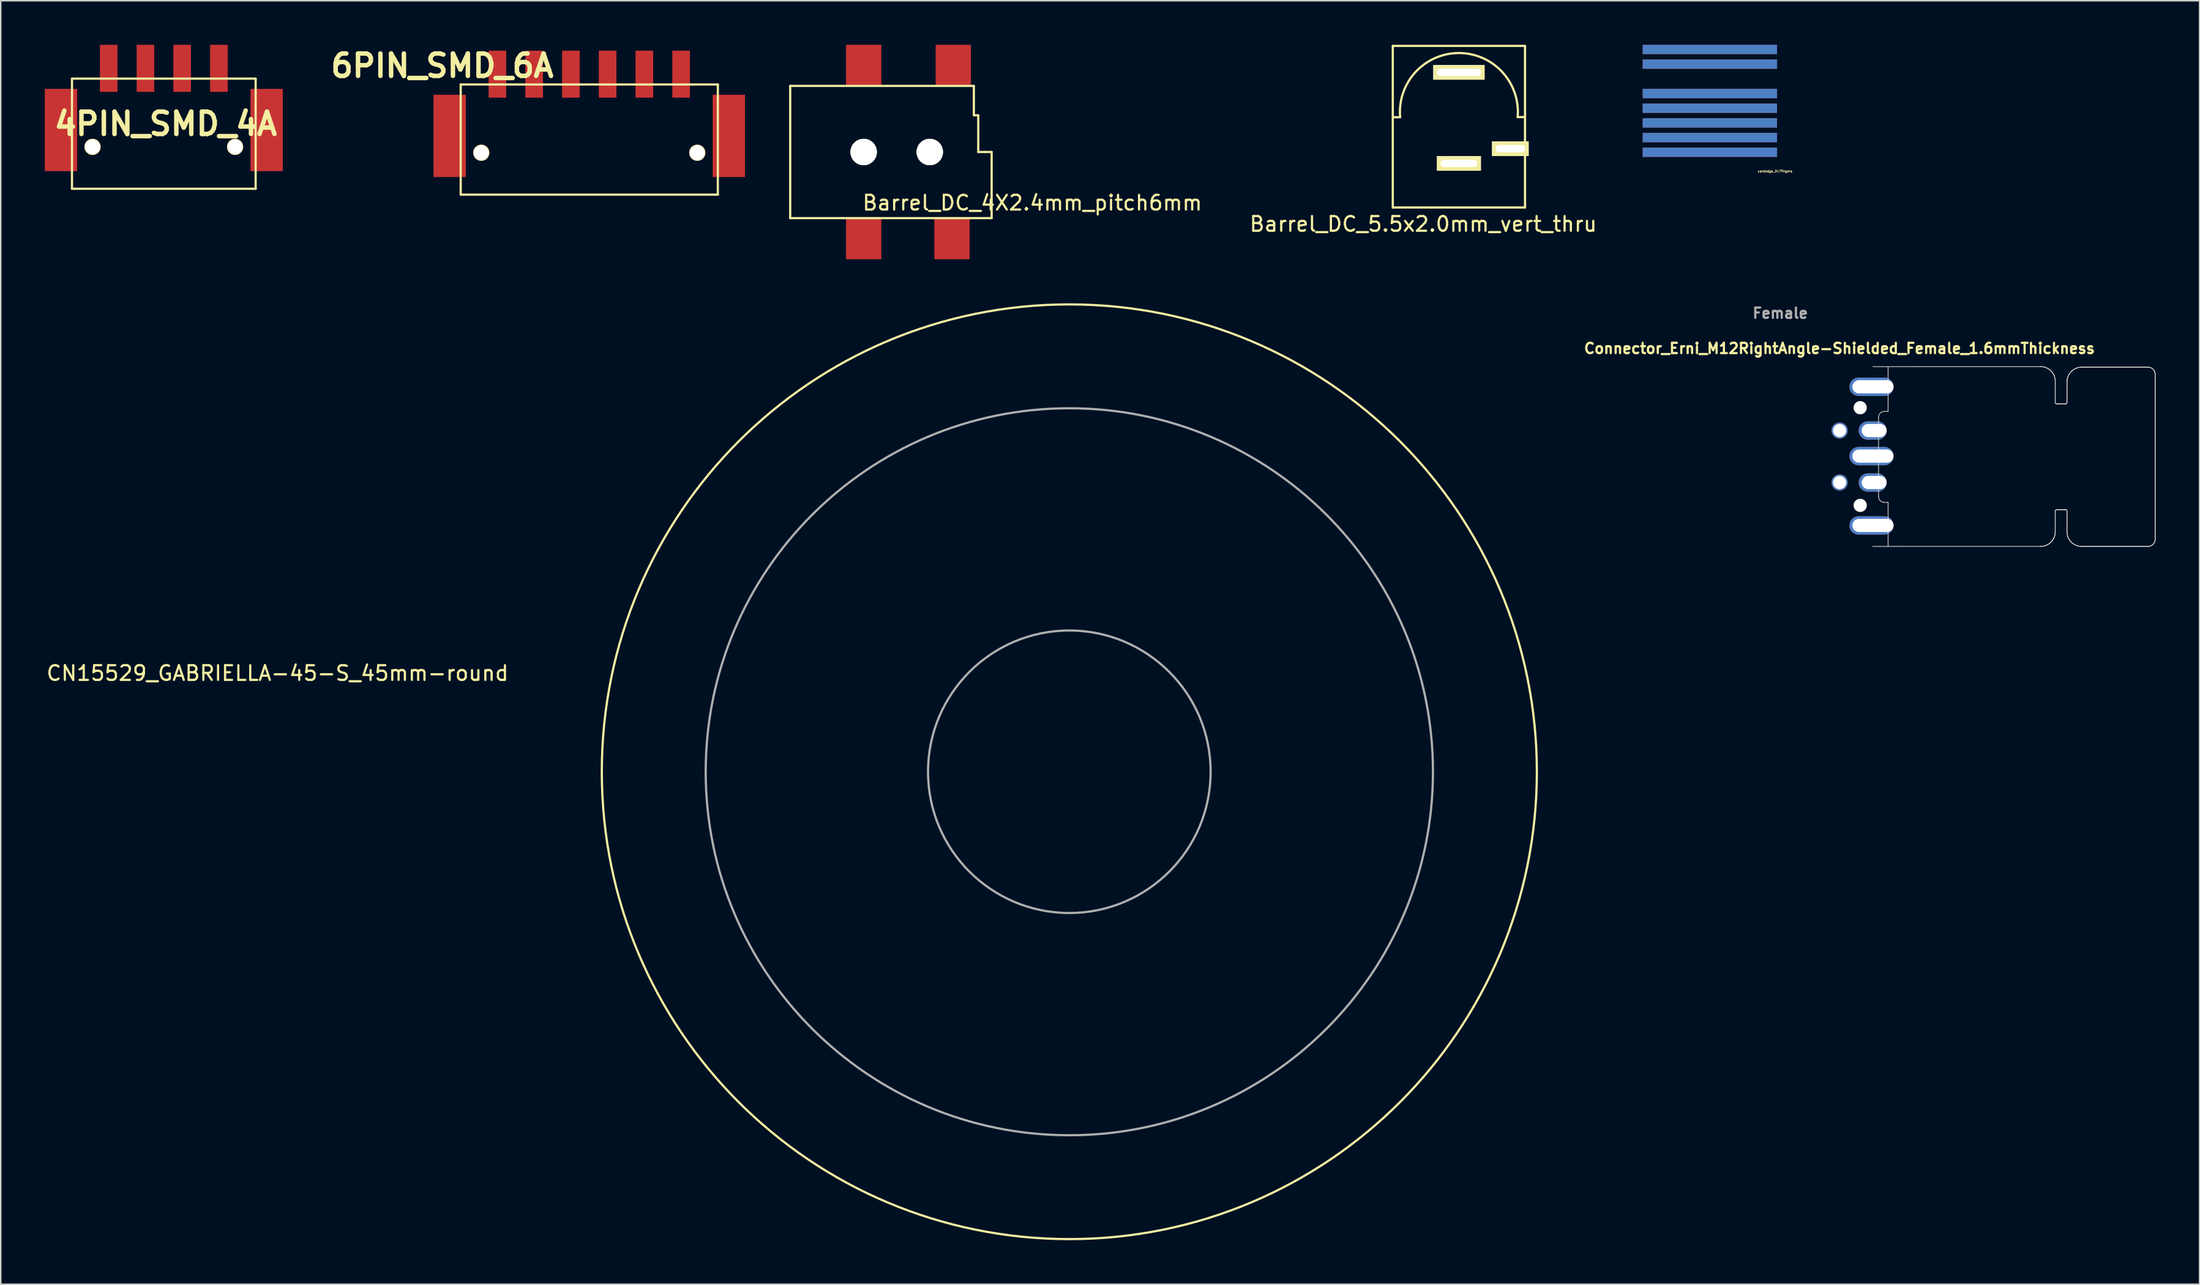
<source format=kicad_pcb>
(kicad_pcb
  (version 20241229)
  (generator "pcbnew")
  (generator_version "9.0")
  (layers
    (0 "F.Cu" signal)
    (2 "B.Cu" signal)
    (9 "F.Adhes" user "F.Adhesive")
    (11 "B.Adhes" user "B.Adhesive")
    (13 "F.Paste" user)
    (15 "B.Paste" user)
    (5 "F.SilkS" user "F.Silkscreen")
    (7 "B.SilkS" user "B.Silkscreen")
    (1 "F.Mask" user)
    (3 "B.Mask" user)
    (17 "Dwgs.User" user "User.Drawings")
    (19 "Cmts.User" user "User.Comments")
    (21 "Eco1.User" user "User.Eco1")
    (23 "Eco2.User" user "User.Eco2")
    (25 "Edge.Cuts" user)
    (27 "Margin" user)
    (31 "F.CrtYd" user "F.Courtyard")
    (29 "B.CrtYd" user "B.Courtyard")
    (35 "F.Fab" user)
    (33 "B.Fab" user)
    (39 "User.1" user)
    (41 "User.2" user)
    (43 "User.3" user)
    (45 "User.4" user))
  (footprint "CN15529_GABRIELLA-45-S_45mm-round"
    (layer "F.Cu")
    (at 69.729 49.495)
    (property "Reference" "CN15529_GABRIELLA-45-S_45mm-round" (at -53.89 -6.71 0) (layer "F.SilkS") (effects (font (size 1 1) (thickness 0.15))))
    (attr through_hole)
    (fp_circle (center 0 0) (end 22.5 22.5) (stroke (width 0.15) (type solid)) (fill no) (layer "F.SilkS"))
    (fp_circle (center 0 0) (end 6.8 6.8) (stroke (width 0.15) (type solid)) (fill no) (layer "F.Fab"))
    (fp_circle (center 0 0) (end 17.5 17.5) (stroke (width 0.15) (type solid)) (fill no) (layer "F.Fab")))
  (footprint "cardedge_2x7fingers"
    (layer "F.Cu")
    (at 113.268 3.818)
    (property "Reference" "cardedge_2x7fingers" (at 4.493 4.79 0) (layer "F.SilkS") (effects (font (size 0.152 0.152) (thickness 0.03))))
    (attr through_hole)
    (pad "1" smd rect (at 0.056 -3.5) (size 9.144 0.635) (layers "*.Cu" "*.Paste" "*.Mask"))
    (pad "2" smd rect (at 0.056 -2.502) (size 9.144 0.635) (layers "*.Cu" "*.Paste" "*.Mask"))
    (pad "3" smd rect (at 0.056 -0.5) (size 9.144 0.635) (layers "*.Cu" "*.Paste" "*.Mask"))
    (pad "4" smd rect (at 0.056 0.5) (size 9.144 0.635) (layers "*.Cu" "*.Paste" "*.Mask"))
    (pad "5" smd rect (at 0.056 1.501) (size 9.144 0.635) (layers "*.Cu" "*.Paste" "*.Mask"))
    (pad "6" smd rect (at 0.056 2.499) (size 9.144 0.635) (layers "*.Cu" "*.Paste" "*.Mask"))
    (pad "7" smd rect (at 0.056 3.5) (size 9.144 0.635) (layers "*.Cu" "*.Paste" "*.Mask")))
  (footprint "Barrel_DC_5.5x2.0mm_vert_thru"
    (layer "F.Cu")
    (at 96.243 5.575)
    (property "Reference" "Barrel_DC_5.5x2.0mm_vert_thru" (at -2.426 6.629 0) (layer "F.SilkS") (effects (font (size 1 1) (thickness 0.15))))
    (attr through_hole)
    (fp_line (start -4.5 -5.5) (end -4.5 5.5) (stroke (width 0.15) (type solid)) (layer "F.SilkS"))
    (fp_line (start -4.5 -5.5) (end 4.5 -5.5) (stroke (width 0.15) (type solid)) (layer "F.SilkS"))
    (fp_line (start -4.5 5.5) (end 4.5 5.5) (stroke (width 0.15) (type solid)) (layer "F.SilkS"))
    (fp_line (start -4.488 -0.645) (end -3.998 -0.645) (stroke (width 0.15) (type solid)) (layer "F.SilkS"))
    (fp_line (start 4 -0.655) (end 4.491 -0.655) (stroke (width 0.15) (type solid)) (layer "F.SilkS"))
    (fp_line (start 4.5 -5.5) (end 4.5 5.5) (stroke (width 0.15) (type solid)) (layer "F.SilkS"))
    (fp_arc (start -4 -0.65) (mid -0.000045 -5.015283) (end 4.000008 -0.65009) (stroke (width 0.15) (type solid)) (layer "F.SilkS"))
    (pad "1" thru_hole rect (at 0 -3.7) (size 3.5 1) (drill oval 3 0.5) (layers "*.Cu" "*.Mask" "F.SilkS"))
    (pad "2" thru_hole rect (at 0 2.5) (size 3 1) (drill oval 2.5 0.5) (layers "*.Cu" "*.Mask" "F.SilkS"))
    (pad "3" thru_hole rect (at 3.5 1.5) (size 2.5 1) (drill oval 2 0.5) (layers "*.Cu" "*.Mask" "F.SilkS")))
  (footprint "Connector_Erni_M12RightAngle-Shielded_Female_1.6mmThickness"
    (layer "F.Cu")
    (at 124.805 28.003)
    (property "Reference" "Connector_Erni_M12RightAngle-Shielded_Female_1.6mmThickness" (at -2.659 -7.329 0) (layer "F.SilkS") (effects (font (size 0.7 0.7) (thickness 0.15))))
    (attr through_hole)
    (fp_line (start 0.64 -4.02) (end 0.62 -4.02) (stroke (width 0.01) (type solid)) (layer "F.Paste"))
    (fp_poly (pts (xy -2.77 -2.35) (xy -3.02 -1.77) (xy -2.77 -1.15) (xy -3.297 -1.15) (xy -3.3 -2.35)) (stroke (width 0.001) (type solid)) (fill yes) (layer "F.Paste"))
    (fp_poly (pts (xy -2.74 1.2) (xy -2.98 1.8) (xy -2.74 2.4) (xy -3.31 2.4) (xy -3.31 1.2)) (stroke (width 0.001) (type solid)) (fill yes) (layer "F.Paste"))
    (fp_poly (pts (xy -2.54 2.4) (xy -2.3 1.8) (xy -2.54 1.2) (xy -1.97 1.2) (xy -1.97 2.4)) (stroke (width 0.001) (type solid)) (fill yes) (layer "F.Paste"))
    (fp_poly (pts (xy -2.53 -1.15) (xy -2.29 -1.75) (xy -2.53 -2.35) (xy -1.96 -2.35) (xy -1.96 -1.15)) (stroke (width 0.001) (type solid)) (fill yes) (layer "F.Paste"))
    (fp_poly (pts (xy -2.16 -5.68) (xy -2.16 -4.02) (xy 0.62 -4.02) (xy 0.07 -4.85) (xy 0.62 -5.68)) (stroke (width 0.001) (type solid)) (fill yes) (layer "F.Paste"))
    (fp_poly (pts (xy -2.15 4.04) (xy -2.15 5.7) (xy 0.63 5.7) (xy 0.1 4.87) (xy 0.63 4.04)) (stroke (width 0.001) (type solid)) (fill yes) (layer "F.Paste"))
    (fp_poly (pts (xy -0.24 -0.71) (xy -0.82 -0.02) (xy -0.24 0.67) (xy -2.06 0.67) (xy -2.058 -0.71)) (stroke (width 0.001) (type solid)) (fill yes) (layer "F.Paste"))
    (fp_poly (pts (xy -0.04 -2.41) (xy -0.76 -1.77) (xy -0.04 -1.07) (xy -1.47 -1.07) (xy -1.47 -2.41)) (stroke (width 0.001) (type solid)) (fill yes) (layer "F.Paste"))
    (fp_poly (pts (xy -0.03 1.11) (xy -0.77 1.8) (xy -0.03 2.47) (xy -1.47 2.47) (xy -1.47 1.11)) (stroke (width 0.001) (type solid)) (fill yes) (layer "F.Paste"))
    (fp_line (start -0.4 6.15) (end 11.033 6.148) (stroke (width 0.05) (type solid)) (layer "Edge.Cuts"))
    (fp_line (start 0 -2.645) (end 0 -2.3) (stroke (width 0.05) (type solid)) (layer "Edge.Cuts"))
    (fp_line (start 0 -2.3) (end 0 2.754) (stroke (width 0.05) (type solid)) (layer "Edge.Cuts"))
    (fp_line (start 0.401 3.154) (end 0.65 3.154) (stroke (width 0.05) (type solid)) (layer "Edge.Cuts"))
    (fp_line (start 0.65 -6.08) (end 0.65 -3.046) (stroke (width 0.05) (type solid)) (layer "Edge.Cuts"))
    (fp_line (start 0.65 -3.046) (end 0.401 -3.046) (stroke (width 0.05) (type solid)) (layer "Edge.Cuts"))
    (fp_line (start 0.65 3.154) (end 0.65 6.15) (stroke (width 0.05) (type solid)) (layer "Edge.Cuts"))
    (fp_line (start 11.033 -6.092) (end -0.38 -6.09) (stroke (width 0.05) (type solid)) (layer "Edge.Cuts"))
    (fp_line (start 12.025 -3.652) (end 12.025 -5.06) (stroke (width 0.05) (type solid)) (layer "Edge.Cuts"))
    (fp_line (start 12.025 -3.652) (end 12.025 -5.06) (stroke (width 0.05) (type solid)) (layer "Edge.Cuts"))
    (fp_line (start 12.025 5.156) (end 12.025 3.748) (stroke (width 0.05) (type solid)) (layer "Edge.Cuts"))
    (fp_line (start 12.025 5.156) (end 12.025 3.748) (stroke (width 0.05) (type solid)) (layer "Edge.Cuts"))
    (fp_line (start 12.125 3.648) (end 12.725 3.648) (stroke (width 0.05) (type solid)) (layer "Edge.Cuts"))
    (fp_line (start 12.125 3.648) (end 12.725 3.648) (stroke (width 0.05) (type solid)) (layer "Edge.Cuts"))
    (fp_line (start 12.725 -3.553) (end 12.125 -3.553) (stroke (width 0.05) (type solid)) (layer "Edge.Cuts"))
    (fp_line (start 12.725 -3.553) (end 12.125 -3.553) (stroke (width 0.05) (type solid)) (layer "Edge.Cuts"))
    (fp_line (start 12.825 3.748) (end 12.825 5.156) (stroke (width 0.05) (type solid)) (layer "Edge.Cuts"))
    (fp_line (start 12.825 3.752) (end 12.825 5.156) (stroke (width 0.05) (type solid)) (layer "Edge.Cuts"))
    (fp_line (start 12.825 -5.042) (end 12.825 -3.652) (stroke (width 0.05) (type solid)) (layer "Edge.Cuts"))
    (fp_line (start 12.825 -5.069) (end 12.825 -3.652) (stroke (width 0.05) (type solid)) (layer "Edge.Cuts"))
    (fp_line (start 13.832 6.149) (end 18.338 6.148) (stroke (width 0.05) (type solid)) (layer "Edge.Cuts"))
    (fp_line (start 13.832 6.149) (end 18.338 6.148) (stroke (width 0.05) (type solid)) (layer "Edge.Cuts"))
    (fp_line (start 18.344 -6.053) (end 13.823 -6.053) (stroke (width 0.05) (type solid)) (layer "Edge.Cuts"))
    (fp_line (start 18.344 -6.053) (end 13.823 -6.053) (stroke (width 0.05) (type solid)) (layer "Edge.Cuts"))
    (fp_line (start 18.825 5.667) (end 18.825 -5.572) (stroke (width 0.05) (type solid)) (layer "Edge.Cuts"))
    (fp_line (start 18.825 5.667) (end 18.825 -5.572) (stroke (width 0.05) (type solid)) (layer "Edge.Cuts"))
    (fp_arc (start 0 -2.6452) (mid 0.117335 -2.928428) (end 0.400589 -3.0457) (stroke (width 0.05) (type solid)) (layer "Edge.Cuts"))
    (fp_arc (start 0.4006 3.1543) (mid 0.117333 3.036967) (end 0 2.7537) (stroke (width 0.05) (type solid)) (layer "Edge.Cuts"))
    (fp_arc (start 11.033494 -6.092133) (mid 11.749212 -5.787362) (end 12.025494 -5.060172) (stroke (width 0.05) (type solid)) (layer "Edge.Cuts"))
    (fp_arc (start 11.033494 -6.092133) (mid 11.749212 -5.787362) (end 12.025494 -5.060172) (stroke (width 0.05) (type solid)) (layer "Edge.Cuts"))
    (fp_arc (start 12.025493 5.156128) (mid 11.734943 5.857577) (end 11.033494 6.148127) (stroke (width 0.05) (type solid)) (layer "Edge.Cuts"))
    (fp_arc (start 12.025493 5.156128) (mid 11.734943 5.857577) (end 11.033494 6.148127) (stroke (width 0.05) (type solid)) (layer "Edge.Cuts"))
    (fp_arc (start 12.025494 3.747828) (mid 12.054666 3.6774) (end 12.125094 3.648228) (stroke (width 0.05) (type solid)) (layer "Edge.Cuts"))
    (fp_arc (start 12.025494 3.747828) (mid 12.054666 3.6774) (end 12.125094 3.648228) (stroke (width 0.05) (type solid)) (layer "Edge.Cuts"))
    (fp_arc (start 12.125094 -3.552572) (mid 12.054666 -3.581744) (end 12.025494 -3.652172) (stroke (width 0.05) (type solid)) (layer "Edge.Cuts"))
    (fp_arc (start 12.125094 -3.552572) (mid 12.054666 -3.581744) (end 12.025494 -3.652172) (stroke (width 0.05) (type solid)) (layer "Edge.Cuts"))
    (fp_arc (start 12.725195 3.648228) (mid 12.797176 3.678988) (end 12.824696 3.752269) (stroke (width 0.05) (type solid)) (layer "Edge.Cuts"))
    (fp_arc (start 12.725195 3.648228) (mid 12.797176 3.678988) (end 12.824696 3.752269) (stroke (width 0.05) (type solid)) (layer "Edge.Cuts"))
    (fp_arc (start 12.824694 -3.652172) (mid 12.795522 -3.581744) (end 12.725094 -3.552572) (stroke (width 0.05) (type solid)) (layer "Edge.Cuts"))
    (fp_arc (start 12.824694 -3.652172) (mid 12.795522 -3.581744) (end 12.725094 -3.552572) (stroke (width 0.05) (type solid)) (layer "Edge.Cuts"))
    (fp_arc (start 12.824991 -5.041804) (mid 13.11256 -5.756226) (end 13.823094 -6.053272) (stroke (width 0.05) (type solid)) (layer "Edge.Cuts"))
    (fp_arc (start 12.824991 -5.041804) (mid 13.112602 -5.756269) (end 13.823215 -6.053272) (stroke (width 0.05) (type solid)) (layer "Edge.Cuts"))
    (fp_arc (start 13.831594 6.149427) (mid 13.120753 5.8633) (end 12.825194 5.156328) (stroke (width 0.05) (type solid)) (layer "Edge.Cuts"))
    (fp_arc (start 13.831594 6.149427) (mid 13.120753 5.8633) (end 12.825194 5.156328) (stroke (width 0.05) (type solid)) (layer "Edge.Cuts"))
    (fp_arc (start 18.344494 -6.052572) (mid 18.684607 -5.911755) (end 18.825495 -5.571672) (stroke (width 0.05) (type solid)) (layer "Edge.Cuts"))
    (fp_arc (start 18.344494 -6.052572) (mid 18.684607 -5.911755) (end 18.825495 -5.571672) (stroke (width 0.05) (type solid)) (layer "Edge.Cuts"))
    (fp_arc (start 18.825496 5.667127) (mid 18.682206 6.009688) (end 18.337658 6.14813) (stroke (width 0.05) (type solid)) (layer "Edge.Cuts"))
    (fp_arc (start 18.825496 5.667228) (mid 18.68217 6.009723) (end 18.337658 6.14813) (stroke (width 0.05) (type solid)) (layer "Edge.Cuts"))
    (fp_text user "Female" (at -6.69 -9.73 0) (layer "F.Fab") (effects (font (size 0.7 0.7) (thickness 0.15))))
    (pad "" np_thru_hole circle (at -1.25 -3.294) (size 0.9 0.9) (drill 0.9) (layers "*.Cu" "*.Mask"))
    (pad "" np_thru_hole circle (at -1.25 3.356) (size 0.9 0.9) (drill 0.9) (layers "*.Cu" "*.Mask"))
    (pad "1" thru_hole oval (at -0.3 1.8) (size 1.9 1.25) (drill oval 1.7 0.9 (offset -0.1 0)) (layers "*.Cu" "*.Mask"))
    (pad "2" thru_hole oval (at -0.3 -1.74) (size 1.9 1.25) (drill oval 1.7 0.9 (offset -0.1 0)) (layers "*.Cu" "*.Mask"))
    (pad "3" thru_hole circle (at -2.65 -1.739) (size 1.1 1.1) (drill 0.9) (layers "*.Cu" "*.Mask"))
    (pad "4" thru_hole circle (at -2.65 1.801) (size 1.1 1.1) (drill 0.9) (layers "*.Cu" "*.Mask"))
    (pad "5" thru_hole oval (at -0.38 -4.72) (size 3 1.25) (drill oval 2.8 0.9 (offset -0.1 0)) (layers "*.Cu" "*.Mask"))
    (pad "5" thru_hole oval (at -0.38 0) (size 3 1.25) (drill oval 2.8 0.9 (offset -0.1 0)) (layers "*.Cu" "*.Mask"))
    (pad "5" thru_hole oval (at -0.38 4.72) (size 3 1.25) (drill oval 2.8 0.9 (offset -0.1 0)) (layers "*.Cu" "*.Mask")))
  (footprint "Barrel_DC_4X2.4mm_pitch6mm"
    (layer "F.Cu")
    (at 55.731 7.3)
    (property "Reference" "Barrel_DC_4X2.4mm_pitch6mm" (at 11.48 3.46 0) (layer "F.SilkS") (effects (font (size 1 1) (thickness 0.15))))
    (attr through_hole)
    (fp_line (start -5 -4.5) (end -5 4.5) (stroke (width 0.15) (type solid)) (layer "F.SilkS"))
    (fp_line (start -5 -4.5) (end 7.5 -4.5) (stroke (width 0.15) (type solid)) (layer "F.SilkS"))
    (fp_line (start -5 4.5) (end 8.71 4.5) (stroke (width 0.15) (type solid)) (layer "F.SilkS"))
    (fp_line (start 7.5 -4.5) (end 7.5 -2.5) (stroke (width 0.15) (type solid)) (layer "F.SilkS"))
    (fp_line (start 7.5 -2.5) (end 7.8 -2.5) (stroke (width 0.15) (type solid)) (layer "F.SilkS"))
    (fp_line (start 7.8 -2.5) (end 7.8 0) (stroke (width 0.15) (type solid)) (layer "F.SilkS"))
    (fp_line (start 7.8 0) (end 8.3 0) (stroke (width 0.15) (type solid)) (layer "F.SilkS"))
    (fp_line (start 8.71 0) (end 8.27 0) (stroke (width 0.15) (type solid)) (layer "F.SilkS"))
    (fp_line (start 8.71 4.5) (end 8.71 0) (stroke (width 0.15) (type solid)) (layer "F.SilkS"))
    (pad "" np_thru_hole circle (at 0 0) (size 1.8 1.8) (drill 1.8) (layers "*.Cu" "*.Mask" "F.SilkS"))
    (pad "" np_thru_hole circle (at 4.5 0) (size 1.8 1.8) (drill 1.8) (layers "*.Cu" "*.Mask" "F.SilkS"))
    (pad "1" smd rect (at 0 -5.9) (size 2.4 2.8) (layers "F.Cu" "F.Mask" "F.Paste"))
    (pad "1" smd rect (at 6.1 -5.9) (size 2.4 2.8) (layers "F.Cu" "F.Mask" "F.Paste"))
    (pad "2" smd rect (at 0 5.9) (size 2.4 2.8) (layers "F.Cu" "F.Mask" "F.Paste"))
    (pad "3" smd rect (at 6.01 5.9) (size 2.4 2.8) (layers "F.Cu" "F.Mask" "F.Paste")))
  (footprint "6PIN_SMD_6A"
    (layer "F.Cu")
    (at 37.056 6.951)
    (property "Reference" "6PIN_SMD_6A" (at -10.005 -5.524 0) (layer "F.SilkS") (effects (font (size 1.524 1.524) (thickness 0.305))))
    (attr smd)
    (fp_line (start -8.75 -4.249) (end -8.75 -3.251) (stroke (width 0.15) (type solid)) (layer "F.SilkS"))
    (fp_line (start -8.75 3.251) (end -8.75 -3.251) (stroke (width 0.15) (type solid)) (layer "F.SilkS"))
    (fp_line (start 8.75 -4.249) (end -8.75 -4.249) (stroke (width 0.15) (type solid)) (layer "F.SilkS"))
    (fp_line (start 8.75 -4.249) (end 8.75 -3.251) (stroke (width 0.15) (type solid)) (layer "F.SilkS"))
    (fp_line (start 8.75 -3.251) (end 8.75 3.251) (stroke (width 0.15) (type solid)) (layer "F.SilkS"))
    (fp_line (start 8.75 3.251) (end -8.75 3.251) (stroke (width 0.15) (type solid)) (layer "F.SilkS"))
    (pad "" np_thru_hole circle (at -7.351 0.399) (size 1.1 1.1) (drill 1.001) (layers "*.Cu" "*.Mask" "F.SilkS"))
    (pad "" np_thru_hole circle (at 7.351 0.399) (size 1.1 1.1) (drill 1.001) (layers "*.Cu" "*.Mask" "F.SilkS"))
    (pad "1" smd rect (at -6.251 -4.95) (size 1.199 3.2) (layers "F.Cu" "F.Mask" "F.Paste"))
    (pad "2" smd rect (at -3.749 -4.95) (size 1.199 3.2) (layers "F.Cu" "F.Mask" "F.Paste"))
    (pad "3" smd rect (at -1.25 -4.95) (size 1.199 3.2) (layers "F.Cu" "F.Mask" "F.Paste"))
    (pad "4" smd rect (at 1.25 -4.95) (size 1.199 3.2) (layers "F.Cu" "F.Mask" "F.Paste"))
    (pad "5" smd rect (at 3.749 -4.95) (size 1.199 3.2) (layers "F.Cu" "F.Mask" "F.Paste"))
    (pad "6" smd rect (at 6.251 -4.95) (size 1.199 3.2) (layers "F.Cu" "F.Mask" "F.Paste"))
    (pad "7" smd rect (at 9.5 -0.749) (size 2.2 5.601) (layers "F.Cu" "F.Mask" "F.Paste"))
    (pad "8" smd rect (at -9.5 -0.749) (size 2.2 5.601) (layers "F.Cu" "F.Mask" "F.Paste")))
  (footprint "4PIN_SMD_4A"
    (layer "F.Cu")
    (at 8.099 6.551)
    (property "Reference" "4PIN_SMD_4A" (at 0.127 -1.168 0) (layer "F.SilkS") (effects (font (size 1.524 1.524) (thickness 0.305))))
    (attr smd)
    (fp_line (start -6.25 -4.249) (end -6.25 -3.251) (stroke (width 0.15) (type solid)) (layer "F.SilkS"))
    (fp_line (start -6.25 3.251) (end -6.25 -3.251) (stroke (width 0.15) (type solid)) (layer "F.SilkS"))
    (fp_line (start 6.25 -4.249) (end -6.25 -4.249) (stroke (width 0.15) (type solid)) (layer "F.SilkS"))
    (fp_line (start 6.25 -4.249) (end 6.25 -3.251) (stroke (width 0.15) (type solid)) (layer "F.SilkS"))
    (fp_line (start 6.25 -3.251) (end 6.25 3.251) (stroke (width 0.15) (type solid)) (layer "F.SilkS"))
    (fp_line (start 6.25 3.251) (end -6.25 3.251) (stroke (width 0.15) (type solid)) (layer "F.SilkS"))
    (pad "" np_thru_hole circle (at -4.851 0.399) (size 1.1 1.1) (drill 1.001) (layers "*.Cu" "*.Mask" "F.SilkS"))
    (pad "" np_thru_hole circle (at 4.851 0.399) (size 1.1 1.1) (drill 1.001) (layers "*.Cu" "*.Mask" "F.SilkS"))
    (pad "1" smd rect (at -3.751 -4.95) (size 1.199 3.2) (layers "F.Cu" "F.Mask" "F.Paste"))
    (pad "2" smd rect (at -1.249 -4.95) (size 1.199 3.2) (layers "F.Cu" "F.Mask" "F.Paste"))
    (pad "3" smd rect (at 1.25 -4.95) (size 1.199 3.2) (layers "F.Cu" "F.Mask" "F.Paste"))
    (pad "4" smd rect (at 3.75 -4.95) (size 1.199 3.2) (layers "F.Cu" "F.Mask" "F.Paste"))
    (pad "7" smd rect (at 7 -0.749) (size 2.2 5.601) (layers "F.Cu" "F.Mask" "F.Paste"))
    (pad "8" smd rect (at -7 -0.749) (size 2.2 5.601) (layers "F.Cu" "F.Mask" "F.Paste")))
  (gr_rect
    (start -3 -3)
    (end 146.655 84.39)
    (stroke (width 0.1) (type default))
    (fill no)
    (layer "Edge.Cuts")))
</source>
